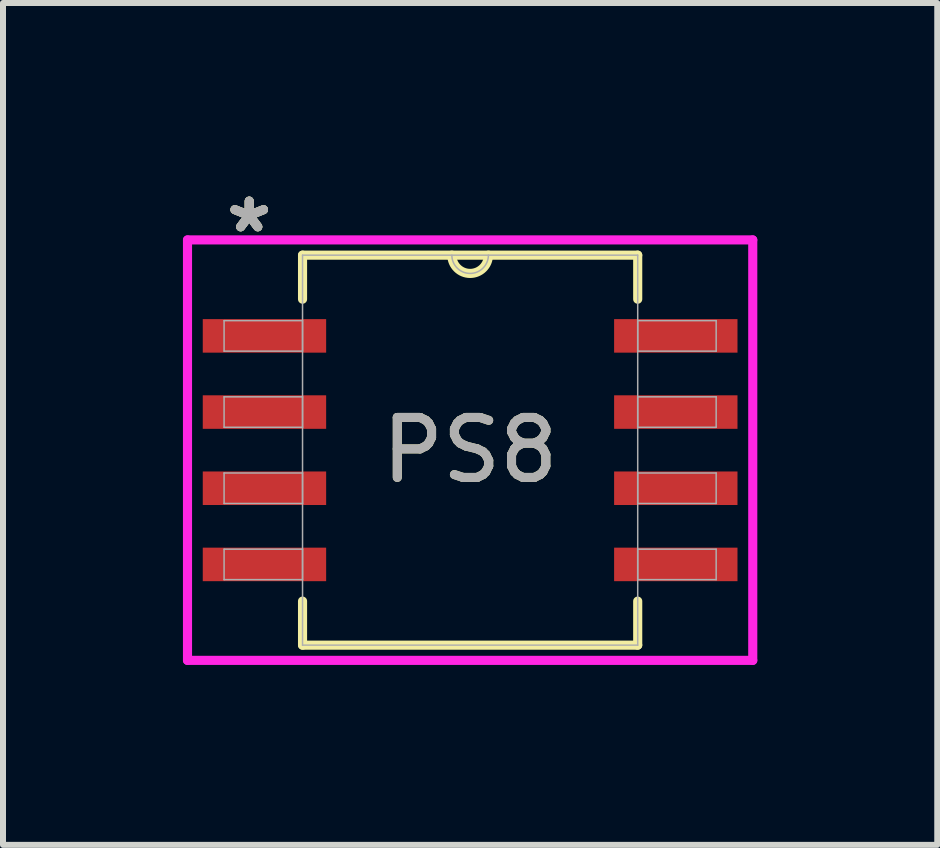
<source format=kicad_pcb>
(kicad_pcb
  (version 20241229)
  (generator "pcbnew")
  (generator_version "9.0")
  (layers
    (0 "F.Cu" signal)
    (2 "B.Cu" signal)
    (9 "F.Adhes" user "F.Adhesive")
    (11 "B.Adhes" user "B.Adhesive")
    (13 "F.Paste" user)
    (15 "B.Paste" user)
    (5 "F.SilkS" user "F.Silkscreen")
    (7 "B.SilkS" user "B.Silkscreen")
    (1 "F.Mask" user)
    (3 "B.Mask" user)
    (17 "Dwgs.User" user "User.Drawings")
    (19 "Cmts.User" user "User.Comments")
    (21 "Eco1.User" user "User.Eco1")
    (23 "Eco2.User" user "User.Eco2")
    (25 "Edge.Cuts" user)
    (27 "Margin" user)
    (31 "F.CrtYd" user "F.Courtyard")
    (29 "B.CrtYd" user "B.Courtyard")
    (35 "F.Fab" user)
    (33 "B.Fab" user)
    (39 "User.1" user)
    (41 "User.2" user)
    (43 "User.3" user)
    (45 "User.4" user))
  (footprint "PS8"
    (layer "F.Cu")
    (at 4.788 4.455)
    (property "Reference" "PS8" (at 0 0 0) (unlocked yes) (layer "F.SilkS") (effects (font (size 1 1) (thickness 0.15))))
    (attr smd)
    (fp_line (start -2.794 -3.251) (end -2.794 -2.517) (stroke (width 0.152) (type solid)) (layer "F.SilkS"))
    (fp_line (start -2.794 2.517) (end -2.794 3.251) (stroke (width 0.152) (type solid)) (layer "F.SilkS"))
    (fp_line (start -2.794 3.251) (end 2.794 3.251) (stroke (width 0.152) (type solid)) (layer "F.SilkS"))
    (fp_line (start 2.794 -3.251) (end -2.794 -3.251) (stroke (width 0.152) (type solid)) (layer "F.SilkS"))
    (fp_line (start 2.794 -2.517) (end 2.794 -3.251) (stroke (width 0.152) (type solid)) (layer "F.SilkS"))
    (fp_line (start 2.794 3.251) (end 2.794 2.517) (stroke (width 0.152) (type solid)) (layer "F.SilkS"))
    (fp_arc (start 0.3048 -3.2512) (mid 0 -2.9464) (end -0.3048 -3.2512) (stroke (width 0.1524) (type solid)) (layer "F.SilkS"))
    (fp_line (start -4.712 -3.505) (end 4.712 -3.505) (stroke (width 0.152) (type solid)) (layer "F.CrtYd"))
    (fp_line (start -4.712 3.505) (end -4.712 -3.505) (stroke (width 0.152) (type solid)) (layer "F.CrtYd"))
    (fp_line (start 4.712 -3.505) (end 4.712 3.505) (stroke (width 0.152) (type solid)) (layer "F.CrtYd"))
    (fp_line (start 4.712 3.505) (end -4.712 3.505) (stroke (width 0.152) (type solid)) (layer "F.CrtYd"))
    (fp_line (start -4.102 -2.159) (end -4.102 -1.651) (stroke (width 0.025) (type solid)) (layer "F.Fab"))
    (fp_line (start -4.102 -1.651) (end -2.794 -1.651) (stroke (width 0.025) (type solid)) (layer "F.Fab"))
    (fp_line (start -4.102 -0.889) (end -4.102 -0.381) (stroke (width 0.025) (type solid)) (layer "F.Fab"))
    (fp_line (start -4.102 -0.381) (end -2.794 -0.381) (stroke (width 0.025) (type solid)) (layer "F.Fab"))
    (fp_line (start -4.102 0.381) (end -4.102 0.889) (stroke (width 0.025) (type solid)) (layer "F.Fab"))
    (fp_line (start -4.102 0.889) (end -2.794 0.889) (stroke (width 0.025) (type solid)) (layer "F.Fab"))
    (fp_line (start -4.102 1.651) (end -4.102 2.159) (stroke (width 0.025) (type solid)) (layer "F.Fab"))
    (fp_line (start -4.102 2.159) (end -2.794 2.159) (stroke (width 0.025) (type solid)) (layer "F.Fab"))
    (fp_line (start -2.794 -3.251) (end -2.794 3.251) (stroke (width 0.025) (type solid)) (layer "F.Fab"))
    (fp_line (start -2.794 -2.159) (end -4.102 -2.159) (stroke (width 0.025) (type solid)) (layer "F.Fab"))
    (fp_line (start -2.794 -1.651) (end -2.794 -2.159) (stroke (width 0.025) (type solid)) (layer "F.Fab"))
    (fp_line (start -2.794 -0.889) (end -4.102 -0.889) (stroke (width 0.025) (type solid)) (layer "F.Fab"))
    (fp_line (start -2.794 -0.381) (end -2.794 -0.889) (stroke (width 0.025) (type solid)) (layer "F.Fab"))
    (fp_line (start -2.794 0.381) (end -4.102 0.381) (stroke (width 0.025) (type solid)) (layer "F.Fab"))
    (fp_line (start -2.794 0.889) (end -2.794 0.381) (stroke (width 0.025) (type solid)) (layer "F.Fab"))
    (fp_line (start -2.794 1.651) (end -4.102 1.651) (stroke (width 0.025) (type solid)) (layer "F.Fab"))
    (fp_line (start -2.794 2.159) (end -2.794 1.651) (stroke (width 0.025) (type solid)) (layer "F.Fab"))
    (fp_line (start -2.794 3.251) (end 2.794 3.251) (stroke (width 0.025) (type solid)) (layer "F.Fab"))
    (fp_line (start 2.794 -3.251) (end -2.794 -3.251) (stroke (width 0.025) (type solid)) (layer "F.Fab"))
    (fp_line (start 2.794 -2.159) (end 2.794 -1.651) (stroke (width 0.025) (type solid)) (layer "F.Fab"))
    (fp_line (start 2.794 -1.651) (end 4.102 -1.651) (stroke (width 0.025) (type solid)) (layer "F.Fab"))
    (fp_line (start 2.794 -0.889) (end 2.794 -0.381) (stroke (width 0.025) (type solid)) (layer "F.Fab"))
    (fp_line (start 2.794 -0.381) (end 4.102 -0.381) (stroke (width 0.025) (type solid)) (layer "F.Fab"))
    (fp_line (start 2.794 0.381) (end 2.794 0.889) (stroke (width 0.025) (type solid)) (layer "F.Fab"))
    (fp_line (start 2.794 0.889) (end 4.102 0.889) (stroke (width 0.025) (type solid)) (layer "F.Fab"))
    (fp_line (start 2.794 1.651) (end 2.794 2.159) (stroke (width 0.025) (type solid)) (layer "F.Fab"))
    (fp_line (start 2.794 2.159) (end 4.102 2.159) (stroke (width 0.025) (type solid)) (layer "F.Fab"))
    (fp_line (start 2.794 3.251) (end 2.794 -3.251) (stroke (width 0.025) (type solid)) (layer "F.Fab"))
    (fp_line (start 4.102 -2.159) (end 2.794 -2.159) (stroke (width 0.025) (type solid)) (layer "F.Fab"))
    (fp_line (start 4.102 -1.651) (end 4.102 -2.159) (stroke (width 0.025) (type solid)) (layer "F.Fab"))
    (fp_line (start 4.102 -0.889) (end 2.794 -0.889) (stroke (width 0.025) (type solid)) (layer "F.Fab"))
    (fp_line (start 4.102 -0.381) (end 4.102 -0.889) (stroke (width 0.025) (type solid)) (layer "F.Fab"))
    (fp_line (start 4.102 0.381) (end 2.794 0.381) (stroke (width 0.025) (type solid)) (layer "F.Fab"))
    (fp_line (start 4.102 0.889) (end 4.102 0.381) (stroke (width 0.025) (type solid)) (layer "F.Fab"))
    (fp_line (start 4.102 1.651) (end 2.794 1.651) (stroke (width 0.025) (type solid)) (layer "F.Fab"))
    (fp_line (start 4.102 2.159) (end 4.102 1.651) (stroke (width 0.025) (type solid)) (layer "F.Fab"))
    (fp_arc (start 0.3048 -3.2512) (mid 0 -2.9464) (end -0.3048 -3.2512) (stroke (width 0.0254) (type solid)) (layer "F.Fab"))
    (fp_text user "*" (at -3.683 -3.607 0) (layer "F.SilkS") (effects (font (size 1 1) (thickness 0.15))))
    (fp_text user "*" (at -3.683 -3.607 0) (unlocked yes) (layer "F.SilkS") (effects (font (size 1 1) (thickness 0.15))))
    (fp_text user "*" (at -3.683 -3.607 0) (unlocked yes) (layer "F.Fab") (effects (font (size 1 1) (thickness 0.15))))
    (fp_text user "${REFERENCE}" (at 0 0 0) (unlocked yes) (layer "F.Fab") (effects (font (size 1 1) (thickness 0.15))))
    (fp_text user "*" (at -3.683 -3.607 0) (layer "F.Fab") (effects (font (size 1 1) (thickness 0.15))))
    (pad "1" smd rect (at -3.429 -1.905) (size 2.057 0.559) (layers "F.Cu" "F.Mask" "F.Paste"))
    (pad "2" smd rect (at -3.429 -0.635) (size 2.057 0.559) (layers "F.Cu" "F.Mask" "F.Paste"))
    (pad "3" smd rect (at -3.429 0.635) (size 2.057 0.559) (layers "F.Cu" "F.Mask" "F.Paste"))
    (pad "4" smd rect (at -3.429 1.905) (size 2.057 0.559) (layers "F.Cu" "F.Mask" "F.Paste"))
    (pad "5" smd rect (at 3.429 1.905) (size 2.057 0.559) (layers "F.Cu" "F.Mask" "F.Paste"))
    (pad "6" smd rect (at 3.429 0.635) (size 2.057 0.559) (layers "F.Cu" "F.Mask" "F.Paste"))
    (pad "7" smd rect (at 3.429 -0.635) (size 2.057 0.559) (layers "F.Cu" "F.Mask" "F.Paste"))
    (pad "8" smd rect (at 3.429 -1.905) (size 2.057 0.559) (layers "F.Cu" "F.Mask" "F.Paste")))
  (gr_rect
    (start -3 -3)
    (end 12.576 11.036)
    (stroke (width 0.1) (type default))
    (fill no)
    (layer "Edge.Cuts")))
</source>
